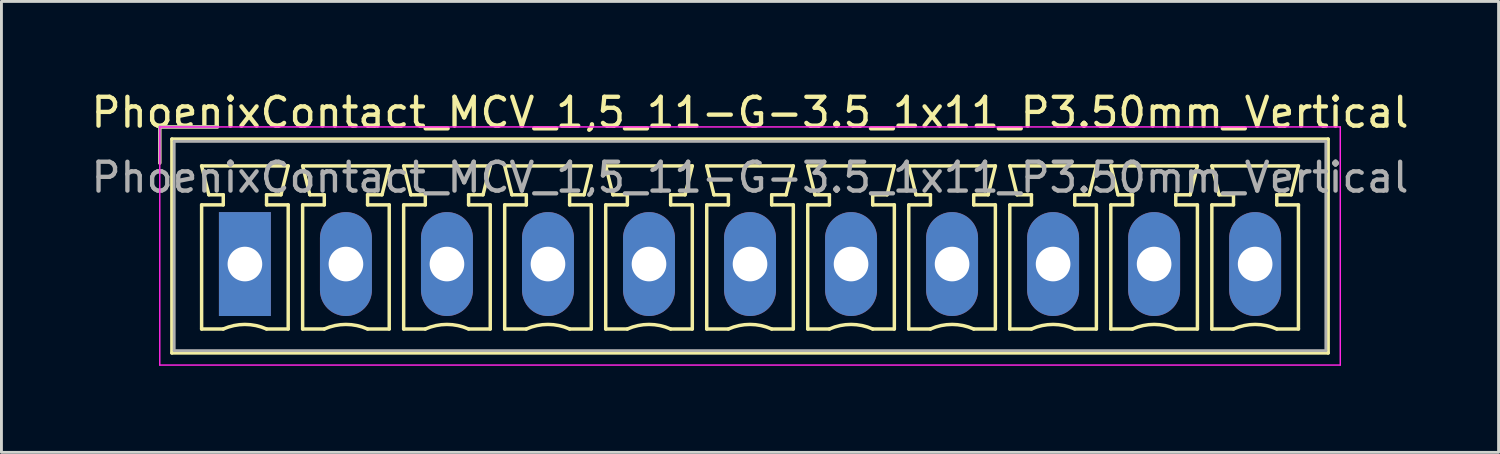
<source format=kicad_pcb>
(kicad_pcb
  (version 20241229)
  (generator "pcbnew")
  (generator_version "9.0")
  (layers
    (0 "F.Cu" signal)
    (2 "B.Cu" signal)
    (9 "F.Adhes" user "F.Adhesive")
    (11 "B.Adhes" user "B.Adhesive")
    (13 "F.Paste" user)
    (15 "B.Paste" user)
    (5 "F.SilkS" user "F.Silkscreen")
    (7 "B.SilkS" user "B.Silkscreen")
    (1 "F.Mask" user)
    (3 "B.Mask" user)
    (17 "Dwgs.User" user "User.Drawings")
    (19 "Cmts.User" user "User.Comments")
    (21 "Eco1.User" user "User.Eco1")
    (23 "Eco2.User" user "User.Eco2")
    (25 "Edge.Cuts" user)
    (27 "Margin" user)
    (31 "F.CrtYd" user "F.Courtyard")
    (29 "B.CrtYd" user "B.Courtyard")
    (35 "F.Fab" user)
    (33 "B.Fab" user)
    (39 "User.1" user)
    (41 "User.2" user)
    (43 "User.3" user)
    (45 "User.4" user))
  (footprint "PhoenixContact_MCV_1,5_11-G-3.5_1x11_P3.50mm_Vertical"
    (layer "F.Cu")
    (at 5.435 6.098)
    (property "Reference" "PhoenixContact_MCV_1,5_11-G-3.5_1x11_P3.50mm_Vertical" (at 17.5 -5.25 0) (layer "F.SilkS") (effects (font (size 1 1) (thickness 0.15))))
    (attr through_hole)
    (fp_line (start -2.95 -4.75) (end -0.95 -4.75) (stroke (width 0.12) (type solid)) (layer "F.SilkS"))
    (fp_line (start -2.95 -3.5) (end -2.95 -4.75) (stroke (width 0.12) (type solid)) (layer "F.SilkS"))
    (fp_line (start -2.53 -4.33) (end -2.53 3.08) (stroke (width 0.12) (type solid)) (layer "F.SilkS"))
    (fp_line (start -2.53 3.08) (end 37.53 3.08) (stroke (width 0.12) (type solid)) (layer "F.SilkS"))
    (fp_line (start -1.5 -3.4) (end 1.5 -3.4) (stroke (width 0.12) (type solid)) (layer "F.SilkS"))
    (fp_line (start -1.5 -2.05) (end -0.75 -2.05) (stroke (width 0.12) (type solid)) (layer "F.SilkS"))
    (fp_line (start -1.5 2.25) (end -1.5 -2.05) (stroke (width 0.12) (type solid)) (layer "F.SilkS"))
    (fp_line (start -1.25 -2.4) (end -1.5 -3.4) (stroke (width 0.12) (type solid)) (layer "F.SilkS"))
    (fp_line (start -0.75 -2.4) (end -1.25 -2.4) (stroke (width 0.12) (type solid)) (layer "F.SilkS"))
    (fp_line (start -0.75 -2.05) (end -0.75 -2.4) (stroke (width 0.12) (type solid)) (layer "F.SilkS"))
    (fp_line (start -0.75 2.25) (end -1.5 2.25) (stroke (width 0.12) (type solid)) (layer "F.SilkS"))
    (fp_line (start 0.75 -2.4) (end 0.75 -2.05) (stroke (width 0.12) (type solid)) (layer "F.SilkS"))
    (fp_line (start 0.75 -2.05) (end 1.5 -2.05) (stroke (width 0.12) (type solid)) (layer "F.SilkS"))
    (fp_line (start 1.25 -2.4) (end 0.75 -2.4) (stroke (width 0.12) (type solid)) (layer "F.SilkS"))
    (fp_line (start 1.5 -3.4) (end 1.25 -2.4) (stroke (width 0.12) (type solid)) (layer "F.SilkS"))
    (fp_line (start 1.5 -2.05) (end 1.5 2.25) (stroke (width 0.12) (type solid)) (layer "F.SilkS"))
    (fp_line (start 1.5 2.25) (end 0.75 2.25) (stroke (width 0.12) (type solid)) (layer "F.SilkS"))
    (fp_line (start 2 -3.4) (end 5 -3.4) (stroke (width 0.12) (type solid)) (layer "F.SilkS"))
    (fp_line (start 2 -2.05) (end 2.75 -2.05) (stroke (width 0.12) (type solid)) (layer "F.SilkS"))
    (fp_line (start 2 2.25) (end 2 -2.05) (stroke (width 0.12) (type solid)) (layer "F.SilkS"))
    (fp_line (start 2.25 -2.4) (end 2 -3.4) (stroke (width 0.12) (type solid)) (layer "F.SilkS"))
    (fp_line (start 2.75 -2.4) (end 2.25 -2.4) (stroke (width 0.12) (type solid)) (layer "F.SilkS"))
    (fp_line (start 2.75 -2.05) (end 2.75 -2.4) (stroke (width 0.12) (type solid)) (layer "F.SilkS"))
    (fp_line (start 2.75 2.25) (end 2 2.25) (stroke (width 0.12) (type solid)) (layer "F.SilkS"))
    (fp_line (start 4.25 -2.4) (end 4.25 -2.05) (stroke (width 0.12) (type solid)) (layer "F.SilkS"))
    (fp_line (start 4.25 -2.05) (end 5 -2.05) (stroke (width 0.12) (type solid)) (layer "F.SilkS"))
    (fp_line (start 4.75 -2.4) (end 4.25 -2.4) (stroke (width 0.12) (type solid)) (layer "F.SilkS"))
    (fp_line (start 5 -3.4) (end 4.75 -2.4) (stroke (width 0.12) (type solid)) (layer "F.SilkS"))
    (fp_line (start 5 -2.05) (end 5 2.25) (stroke (width 0.12) (type solid)) (layer "F.SilkS"))
    (fp_line (start 5 2.25) (end 4.25 2.25) (stroke (width 0.12) (type solid)) (layer "F.SilkS"))
    (fp_line (start 5.5 -3.4) (end 8.5 -3.4) (stroke (width 0.12) (type solid)) (layer "F.SilkS"))
    (fp_line (start 5.5 -2.05) (end 6.25 -2.05) (stroke (width 0.12) (type solid)) (layer "F.SilkS"))
    (fp_line (start 5.5 2.25) (end 5.5 -2.05) (stroke (width 0.12) (type solid)) (layer "F.SilkS"))
    (fp_line (start 5.75 -2.4) (end 5.5 -3.4) (stroke (width 0.12) (type solid)) (layer "F.SilkS"))
    (fp_line (start 6.25 -2.4) (end 5.75 -2.4) (stroke (width 0.12) (type solid)) (layer "F.SilkS"))
    (fp_line (start 6.25 -2.05) (end 6.25 -2.4) (stroke (width 0.12) (type solid)) (layer "F.SilkS"))
    (fp_line (start 6.25 2.25) (end 5.5 2.25) (stroke (width 0.12) (type solid)) (layer "F.SilkS"))
    (fp_line (start 7.75 -2.4) (end 7.75 -2.05) (stroke (width 0.12) (type solid)) (layer "F.SilkS"))
    (fp_line (start 7.75 -2.05) (end 8.5 -2.05) (stroke (width 0.12) (type solid)) (layer "F.SilkS"))
    (fp_line (start 8.25 -2.4) (end 7.75 -2.4) (stroke (width 0.12) (type solid)) (layer "F.SilkS"))
    (fp_line (start 8.5 -3.4) (end 8.25 -2.4) (stroke (width 0.12) (type solid)) (layer "F.SilkS"))
    (fp_line (start 8.5 -2.05) (end 8.5 2.25) (stroke (width 0.12) (type solid)) (layer "F.SilkS"))
    (fp_line (start 8.5 2.25) (end 7.75 2.25) (stroke (width 0.12) (type solid)) (layer "F.SilkS"))
    (fp_line (start 9 -3.4) (end 12 -3.4) (stroke (width 0.12) (type solid)) (layer "F.SilkS"))
    (fp_line (start 9 -2.05) (end 9.75 -2.05) (stroke (width 0.12) (type solid)) (layer "F.SilkS"))
    (fp_line (start 9 2.25) (end 9 -2.05) (stroke (width 0.12) (type solid)) (layer "F.SilkS"))
    (fp_line (start 9.25 -2.4) (end 9 -3.4) (stroke (width 0.12) (type solid)) (layer "F.SilkS"))
    (fp_line (start 9.75 -2.4) (end 9.25 -2.4) (stroke (width 0.12) (type solid)) (layer "F.SilkS"))
    (fp_line (start 9.75 -2.05) (end 9.75 -2.4) (stroke (width 0.12) (type solid)) (layer "F.SilkS"))
    (fp_line (start 9.75 2.25) (end 9 2.25) (stroke (width 0.12) (type solid)) (layer "F.SilkS"))
    (fp_line (start 11.25 -2.4) (end 11.25 -2.05) (stroke (width 0.12) (type solid)) (layer "F.SilkS"))
    (fp_line (start 11.25 -2.05) (end 12 -2.05) (stroke (width 0.12) (type solid)) (layer "F.SilkS"))
    (fp_line (start 11.75 -2.4) (end 11.25 -2.4) (stroke (width 0.12) (type solid)) (layer "F.SilkS"))
    (fp_line (start 12 -3.4) (end 11.75 -2.4) (stroke (width 0.12) (type solid)) (layer "F.SilkS"))
    (fp_line (start 12 -2.05) (end 12 2.25) (stroke (width 0.12) (type solid)) (layer "F.SilkS"))
    (fp_line (start 12 2.25) (end 11.25 2.25) (stroke (width 0.12) (type solid)) (layer "F.SilkS"))
    (fp_line (start 12.5 -3.4) (end 15.5 -3.4) (stroke (width 0.12) (type solid)) (layer "F.SilkS"))
    (fp_line (start 12.5 -2.05) (end 13.25 -2.05) (stroke (width 0.12) (type solid)) (layer "F.SilkS"))
    (fp_line (start 12.5 2.25) (end 12.5 -2.05) (stroke (width 0.12) (type solid)) (layer "F.SilkS"))
    (fp_line (start 12.75 -2.4) (end 12.5 -3.4) (stroke (width 0.12) (type solid)) (layer "F.SilkS"))
    (fp_line (start 13.25 -2.4) (end 12.75 -2.4) (stroke (width 0.12) (type solid)) (layer "F.SilkS"))
    (fp_line (start 13.25 -2.05) (end 13.25 -2.4) (stroke (width 0.12) (type solid)) (layer "F.SilkS"))
    (fp_line (start 13.25 2.25) (end 12.5 2.25) (stroke (width 0.12) (type solid)) (layer "F.SilkS"))
    (fp_line (start 14.75 -2.4) (end 14.75 -2.05) (stroke (width 0.12) (type solid)) (layer "F.SilkS"))
    (fp_line (start 14.75 -2.05) (end 15.5 -2.05) (stroke (width 0.12) (type solid)) (layer "F.SilkS"))
    (fp_line (start 15.25 -2.4) (end 14.75 -2.4) (stroke (width 0.12) (type solid)) (layer "F.SilkS"))
    (fp_line (start 15.5 -3.4) (end 15.25 -2.4) (stroke (width 0.12) (type solid)) (layer "F.SilkS"))
    (fp_line (start 15.5 -2.05) (end 15.5 2.25) (stroke (width 0.12) (type solid)) (layer "F.SilkS"))
    (fp_line (start 15.5 2.25) (end 14.75 2.25) (stroke (width 0.12) (type solid)) (layer "F.SilkS"))
    (fp_line (start 16 -3.4) (end 19 -3.4) (stroke (width 0.12) (type solid)) (layer "F.SilkS"))
    (fp_line (start 16 -2.05) (end 16.75 -2.05) (stroke (width 0.12) (type solid)) (layer "F.SilkS"))
    (fp_line (start 16 2.25) (end 16 -2.05) (stroke (width 0.12) (type solid)) (layer "F.SilkS"))
    (fp_line (start 16.25 -2.4) (end 16 -3.4) (stroke (width 0.12) (type solid)) (layer "F.SilkS"))
    (fp_line (start 16.75 -2.4) (end 16.25 -2.4) (stroke (width 0.12) (type solid)) (layer "F.SilkS"))
    (fp_line (start 16.75 -2.05) (end 16.75 -2.4) (stroke (width 0.12) (type solid)) (layer "F.SilkS"))
    (fp_line (start 16.75 2.25) (end 16 2.25) (stroke (width 0.12) (type solid)) (layer "F.SilkS"))
    (fp_line (start 18.25 -2.4) (end 18.25 -2.05) (stroke (width 0.12) (type solid)) (layer "F.SilkS"))
    (fp_line (start 18.25 -2.05) (end 19 -2.05) (stroke (width 0.12) (type solid)) (layer "F.SilkS"))
    (fp_line (start 18.75 -2.4) (end 18.25 -2.4) (stroke (width 0.12) (type solid)) (layer "F.SilkS"))
    (fp_line (start 19 -3.4) (end 18.75 -2.4) (stroke (width 0.12) (type solid)) (layer "F.SilkS"))
    (fp_line (start 19 -2.05) (end 19 2.25) (stroke (width 0.12) (type solid)) (layer "F.SilkS"))
    (fp_line (start 19 2.25) (end 18.25 2.25) (stroke (width 0.12) (type solid)) (layer "F.SilkS"))
    (fp_line (start 19.5 -3.4) (end 22.5 -3.4) (stroke (width 0.12) (type solid)) (layer "F.SilkS"))
    (fp_line (start 19.5 -2.05) (end 20.25 -2.05) (stroke (width 0.12) (type solid)) (layer "F.SilkS"))
    (fp_line (start 19.5 2.25) (end 19.5 -2.05) (stroke (width 0.12) (type solid)) (layer "F.SilkS"))
    (fp_line (start 19.75 -2.4) (end 19.5 -3.4) (stroke (width 0.12) (type solid)) (layer "F.SilkS"))
    (fp_line (start 20.25 -2.4) (end 19.75 -2.4) (stroke (width 0.12) (type solid)) (layer "F.SilkS"))
    (fp_line (start 20.25 -2.05) (end 20.25 -2.4) (stroke (width 0.12) (type solid)) (layer "F.SilkS"))
    (fp_line (start 20.25 2.25) (end 19.5 2.25) (stroke (width 0.12) (type solid)) (layer "F.SilkS"))
    (fp_line (start 21.75 -2.4) (end 21.75 -2.05) (stroke (width 0.12) (type solid)) (layer "F.SilkS"))
    (fp_line (start 21.75 -2.05) (end 22.5 -2.05) (stroke (width 0.12) (type solid)) (layer "F.SilkS"))
    (fp_line (start 22.25 -2.4) (end 21.75 -2.4) (stroke (width 0.12) (type solid)) (layer "F.SilkS"))
    (fp_line (start 22.5 -3.4) (end 22.25 -2.4) (stroke (width 0.12) (type solid)) (layer "F.SilkS"))
    (fp_line (start 22.5 -2.05) (end 22.5 2.25) (stroke (width 0.12) (type solid)) (layer "F.SilkS"))
    (fp_line (start 22.5 2.25) (end 21.75 2.25) (stroke (width 0.12) (type solid)) (layer "F.SilkS"))
    (fp_line (start 23 -3.4) (end 26 -3.4) (stroke (width 0.12) (type solid)) (layer "F.SilkS"))
    (fp_line (start 23 -2.05) (end 23.75 -2.05) (stroke (width 0.12) (type solid)) (layer "F.SilkS"))
    (fp_line (start 23 2.25) (end 23 -2.05) (stroke (width 0.12) (type solid)) (layer "F.SilkS"))
    (fp_line (start 23.25 -2.4) (end 23 -3.4) (stroke (width 0.12) (type solid)) (layer "F.SilkS"))
    (fp_line (start 23.75 -2.4) (end 23.25 -2.4) (stroke (width 0.12) (type solid)) (layer "F.SilkS"))
    (fp_line (start 23.75 -2.05) (end 23.75 -2.4) (stroke (width 0.12) (type solid)) (layer "F.SilkS"))
    (fp_line (start 23.75 2.25) (end 23 2.25) (stroke (width 0.12) (type solid)) (layer "F.SilkS"))
    (fp_line (start 25.25 -2.4) (end 25.25 -2.05) (stroke (width 0.12) (type solid)) (layer "F.SilkS"))
    (fp_line (start 25.25 -2.05) (end 26 -2.05) (stroke (width 0.12) (type solid)) (layer "F.SilkS"))
    (fp_line (start 25.75 -2.4) (end 25.25 -2.4) (stroke (width 0.12) (type solid)) (layer "F.SilkS"))
    (fp_line (start 26 -3.4) (end 25.75 -2.4) (stroke (width 0.12) (type solid)) (layer "F.SilkS"))
    (fp_line (start 26 -2.05) (end 26 2.25) (stroke (width 0.12) (type solid)) (layer "F.SilkS"))
    (fp_line (start 26 2.25) (end 25.25 2.25) (stroke (width 0.12) (type solid)) (layer "F.SilkS"))
    (fp_line (start 26.5 -3.4) (end 29.5 -3.4) (stroke (width 0.12) (type solid)) (layer "F.SilkS"))
    (fp_line (start 26.5 -2.05) (end 27.25 -2.05) (stroke (width 0.12) (type solid)) (layer "F.SilkS"))
    (fp_line (start 26.5 2.25) (end 26.5 -2.05) (stroke (width 0.12) (type solid)) (layer "F.SilkS"))
    (fp_line (start 26.75 -2.4) (end 26.5 -3.4) (stroke (width 0.12) (type solid)) (layer "F.SilkS"))
    (fp_line (start 27.25 -2.4) (end 26.75 -2.4) (stroke (width 0.12) (type solid)) (layer "F.SilkS"))
    (fp_line (start 27.25 -2.05) (end 27.25 -2.4) (stroke (width 0.12) (type solid)) (layer "F.SilkS"))
    (fp_line (start 27.25 2.25) (end 26.5 2.25) (stroke (width 0.12) (type solid)) (layer "F.SilkS"))
    (fp_line (start 28.75 -2.4) (end 28.75 -2.05) (stroke (width 0.12) (type solid)) (layer "F.SilkS"))
    (fp_line (start 28.75 -2.05) (end 29.5 -2.05) (stroke (width 0.12) (type solid)) (layer "F.SilkS"))
    (fp_line (start 29.25 -2.4) (end 28.75 -2.4) (stroke (width 0.12) (type solid)) (layer "F.SilkS"))
    (fp_line (start 29.5 -3.4) (end 29.25 -2.4) (stroke (width 0.12) (type solid)) (layer "F.SilkS"))
    (fp_line (start 29.5 -2.05) (end 29.5 2.25) (stroke (width 0.12) (type solid)) (layer "F.SilkS"))
    (fp_line (start 29.5 2.25) (end 28.75 2.25) (stroke (width 0.12) (type solid)) (layer "F.SilkS"))
    (fp_line (start 30 -3.4) (end 33 -3.4) (stroke (width 0.12) (type solid)) (layer "F.SilkS"))
    (fp_line (start 30 -2.05) (end 30.75 -2.05) (stroke (width 0.12) (type solid)) (layer "F.SilkS"))
    (fp_line (start 30 2.25) (end 30 -2.05) (stroke (width 0.12) (type solid)) (layer "F.SilkS"))
    (fp_line (start 30.25 -2.4) (end 30 -3.4) (stroke (width 0.12) (type solid)) (layer "F.SilkS"))
    (fp_line (start 30.75 -2.4) (end 30.25 -2.4) (stroke (width 0.12) (type solid)) (layer "F.SilkS"))
    (fp_line (start 30.75 -2.05) (end 30.75 -2.4) (stroke (width 0.12) (type solid)) (layer "F.SilkS"))
    (fp_line (start 30.75 2.25) (end 30 2.25) (stroke (width 0.12) (type solid)) (layer "F.SilkS"))
    (fp_line (start 32.25 -2.4) (end 32.25 -2.05) (stroke (width 0.12) (type solid)) (layer "F.SilkS"))
    (fp_line (start 32.25 -2.05) (end 33 -2.05) (stroke (width 0.12) (type solid)) (layer "F.SilkS"))
    (fp_line (start 32.75 -2.4) (end 32.25 -2.4) (stroke (width 0.12) (type solid)) (layer "F.SilkS"))
    (fp_line (start 33 -3.4) (end 32.75 -2.4) (stroke (width 0.12) (type solid)) (layer "F.SilkS"))
    (fp_line (start 33 -2.05) (end 33 2.25) (stroke (width 0.12) (type solid)) (layer "F.SilkS"))
    (fp_line (start 33 2.25) (end 32.25 2.25) (stroke (width 0.12) (type solid)) (layer "F.SilkS"))
    (fp_line (start 33.5 -3.4) (end 36.5 -3.4) (stroke (width 0.12) (type solid)) (layer "F.SilkS"))
    (fp_line (start 33.5 -2.05) (end 34.25 -2.05) (stroke (width 0.12) (type solid)) (layer "F.SilkS"))
    (fp_line (start 33.5 2.25) (end 33.5 -2.05) (stroke (width 0.12) (type solid)) (layer "F.SilkS"))
    (fp_line (start 33.75 -2.4) (end 33.5 -3.4) (stroke (width 0.12) (type solid)) (layer "F.SilkS"))
    (fp_line (start 34.25 -2.4) (end 33.75 -2.4) (stroke (width 0.12) (type solid)) (layer "F.SilkS"))
    (fp_line (start 34.25 -2.05) (end 34.25 -2.4) (stroke (width 0.12) (type solid)) (layer "F.SilkS"))
    (fp_line (start 34.25 2.25) (end 33.5 2.25) (stroke (width 0.12) (type solid)) (layer "F.SilkS"))
    (fp_line (start 35.75 -2.4) (end 35.75 -2.05) (stroke (width 0.12) (type solid)) (layer "F.SilkS"))
    (fp_line (start 35.75 -2.05) (end 36.5 -2.05) (stroke (width 0.12) (type solid)) (layer "F.SilkS"))
    (fp_line (start 36.25 -2.4) (end 35.75 -2.4) (stroke (width 0.12) (type solid)) (layer "F.SilkS"))
    (fp_line (start 36.5 -3.4) (end 36.25 -2.4) (stroke (width 0.12) (type solid)) (layer "F.SilkS"))
    (fp_line (start 36.5 -2.05) (end 36.5 2.25) (stroke (width 0.12) (type solid)) (layer "F.SilkS"))
    (fp_line (start 36.5 2.25) (end 35.75 2.25) (stroke (width 0.12) (type solid)) (layer "F.SilkS"))
    (fp_line (start 37.53 -4.33) (end -2.53 -4.33) (stroke (width 0.12) (type solid)) (layer "F.SilkS"))
    (fp_line (start 37.53 3.08) (end 37.53 -4.33) (stroke (width 0.12) (type solid)) (layer "F.SilkS"))
    (fp_arc (start -0.75 2.25) (mid -0.000193 2.09191) (end 0.749647 2.249844) (stroke (width 0.12) (type solid)) (layer "F.SilkS"))
    (fp_arc (start 2.75 2.25) (mid 3.499807 2.09191) (end 4.249647 2.249844) (stroke (width 0.12) (type solid)) (layer "F.SilkS"))
    (fp_arc (start 6.25 2.25) (mid 6.999807 2.09191) (end 7.749647 2.249844) (stroke (width 0.12) (type solid)) (layer "F.SilkS"))
    (fp_arc (start 9.75 2.25) (mid 10.499807 2.09191) (end 11.249647 2.249844) (stroke (width 0.12) (type solid)) (layer "F.SilkS"))
    (fp_arc (start 13.25 2.25) (mid 13.999807 2.09191) (end 14.749647 2.249844) (stroke (width 0.12) (type solid)) (layer "F.SilkS"))
    (fp_arc (start 16.75 2.25) (mid 17.499807 2.09191) (end 18.249647 2.249844) (stroke (width 0.12) (type solid)) (layer "F.SilkS"))
    (fp_arc (start 20.25 2.25) (mid 20.999807 2.09191) (end 21.749647 2.249844) (stroke (width 0.12) (type solid)) (layer "F.SilkS"))
    (fp_arc (start 23.75 2.25) (mid 24.499807 2.09191) (end 25.249647 2.249844) (stroke (width 0.12) (type solid)) (layer "F.SilkS"))
    (fp_arc (start 27.25 2.25) (mid 27.999807 2.09191) (end 28.749647 2.249844) (stroke (width 0.12) (type solid)) (layer "F.SilkS"))
    (fp_arc (start 30.75 2.25) (mid 31.499807 2.09191) (end 32.249647 2.249844) (stroke (width 0.12) (type solid)) (layer "F.SilkS"))
    (fp_arc (start 34.25 2.25) (mid 34.999807 2.09191) (end 35.749647 2.249844) (stroke (width 0.12) (type solid)) (layer "F.SilkS"))
    (fp_line (start -2.95 -4.75) (end -2.95 3.5) (stroke (width 0.05) (type solid)) (layer "F.CrtYd"))
    (fp_line (start -2.95 3.5) (end 37.95 3.5) (stroke (width 0.05) (type solid)) (layer "F.CrtYd"))
    (fp_line (start 37.95 -4.75) (end -2.95 -4.75) (stroke (width 0.05) (type solid)) (layer "F.CrtYd"))
    (fp_line (start 37.95 3.5) (end 37.95 -4.75) (stroke (width 0.05) (type solid)) (layer "F.CrtYd"))
    (fp_line (start -2.95 -4.75) (end -0.95 -4.75) (stroke (width 0.1) (type solid)) (layer "F.Fab"))
    (fp_line (start -2.95 -3.5) (end -2.95 -4.75) (stroke (width 0.1) (type solid)) (layer "F.Fab"))
    (fp_line (start -2.45 -4.25) (end -2.45 3) (stroke (width 0.1) (type solid)) (layer "F.Fab"))
    (fp_line (start -2.45 3) (end 37.45 3) (stroke (width 0.1) (type solid)) (layer "F.Fab"))
    (fp_line (start 37.45 -4.25) (end -2.45 -4.25) (stroke (width 0.1) (type solid)) (layer "F.Fab"))
    (fp_line (start 37.45 3) (end 37.45 -4.25) (stroke (width 0.1) (type solid)) (layer "F.Fab"))
    (fp_text user "${REFERENCE}" (at 17.5 -3 0) (layer "F.Fab") (effects (font (size 1 1) (thickness 0.15))))
    (pad "1" thru_hole rect (at 0 0) (size 1.8 3.6) (drill 1.2) (layers "*.Cu" "*.Mask"))
    (pad "2" thru_hole oval (at 3.5 0) (size 1.8 3.6) (drill 1.2) (layers "*.Cu" "*.Mask"))
    (pad "3" thru_hole oval (at 7 0) (size 1.8 3.6) (drill 1.2) (layers "*.Cu" "*.Mask"))
    (pad "4" thru_hole oval (at 10.5 0) (size 1.8 3.6) (drill 1.2) (layers "*.Cu" "*.Mask"))
    (pad "5" thru_hole oval (at 14 0) (size 1.8 3.6) (drill 1.2) (layers "*.Cu" "*.Mask"))
    (pad "6" thru_hole oval (at 17.5 0) (size 1.8 3.6) (drill 1.2) (layers "*.Cu" "*.Mask"))
    (pad "7" thru_hole oval (at 21 0) (size 1.8 3.6) (drill 1.2) (layers "*.Cu" "*.Mask"))
    (pad "8" thru_hole oval (at 24.5 0) (size 1.8 3.6) (drill 1.2) (layers "*.Cu" "*.Mask"))
    (pad "9" thru_hole oval (at 28 0) (size 1.8 3.6) (drill 1.2) (layers "*.Cu" "*.Mask"))
    (pad "10" thru_hole oval (at 31.5 0) (size 1.8 3.6) (drill 1.2) (layers "*.Cu" "*.Mask"))
    (pad "11" thru_hole oval (at 35 0) (size 1.8 3.6) (drill 1.2) (layers "*.Cu" "*.Mask")))
  (gr_rect
    (start -3 -3)
    (end 48.869 12.623)
    (stroke (width 0.1) (type default))
    (fill no)
    (layer "Edge.Cuts")))
</source>
